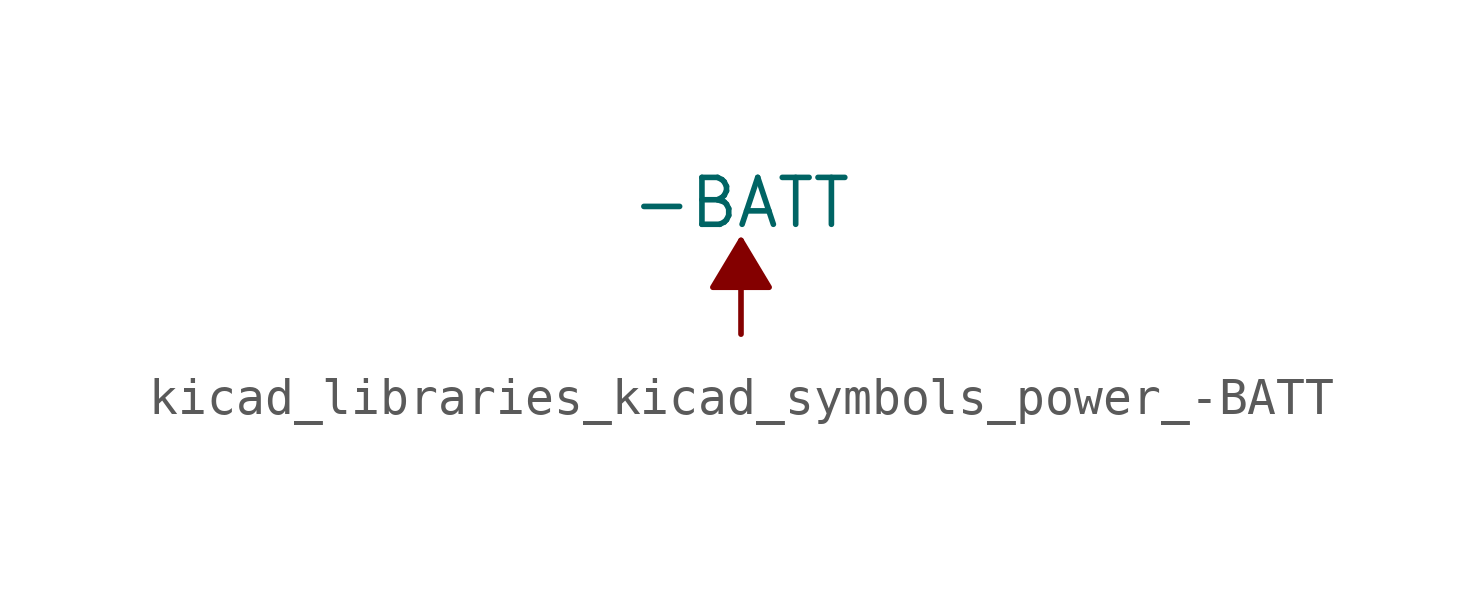
<source format=kicad_sym>
(kicad_symbol_lib
  (version 20220914)
  (generator kicad_symbol_editor)
  (symbol "kicad_libraries_kicad_symbols_power_-BATT"
    (power)
    (pin_names
      (offset 0))
    (property "Reference" "#PWR"
      (at 0 -3.81 0)
      (effects (font (size 1.27 1.27)) hide))
    (property "Value" "-BATT"
      (at 0 3.556 0)
      (effects (font (size 1.27 1.27))))
    (symbol "kicad_libraries_kicad_symbols_power_-BATT_0_1"
      (polyline (pts (xy 0 0) (xy 0 2.54)) (stroke (width 0) (type default)) (fill (type none)))
      (polyline (pts (xy 0.762 1.27) (xy -0.762 1.27) (xy 0 2.54) (xy 0.762 1.27)) (stroke (width 0) (type default)) (fill (type outline))))
    (symbol "kicad_libraries_kicad_symbols_power_-BATT_1_1"
      (pin power_in line (at 0 0 90) (length 0) hide (name "-BATT" (effects (font (size 1.27 1.27)))) (number "1" (effects (font (size 1.27 1.27))))))))
</source>
